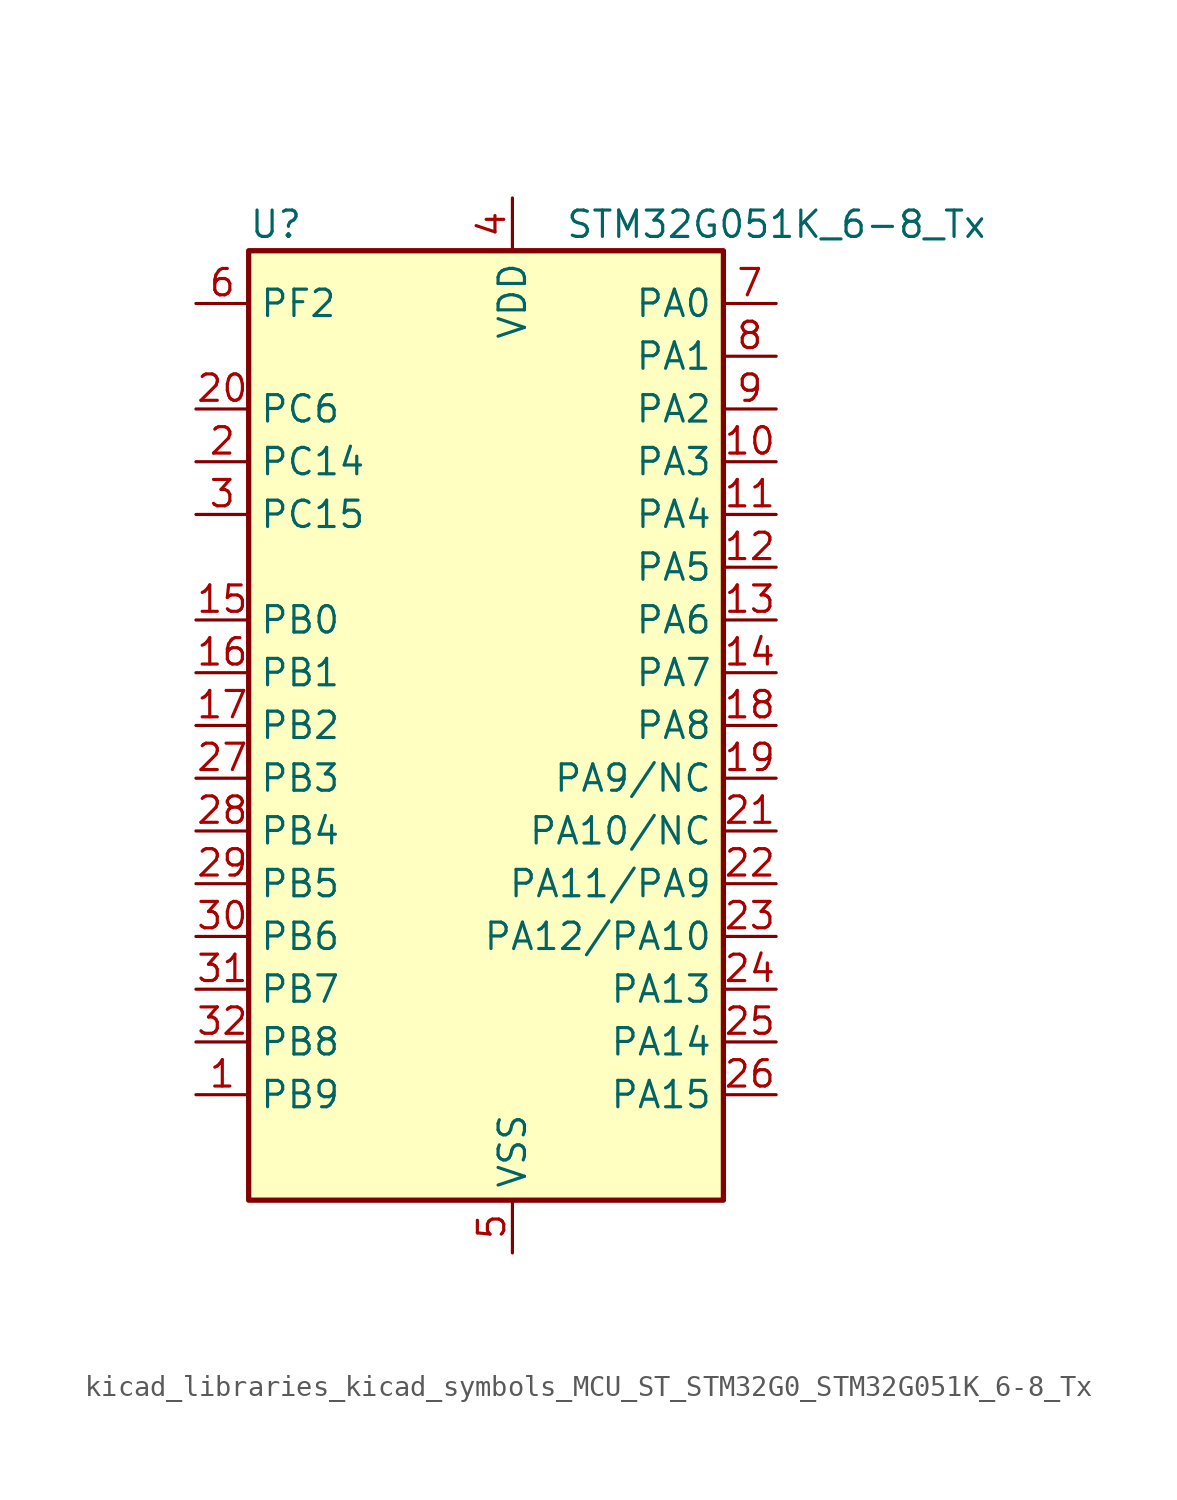
<source format=kicad_sym>
(kicad_symbol_lib
  (version 20220914)
  (generator kicad_symbol_editor)
  (symbol "kicad_libraries_kicad_symbols_MCU_ST_STM32G0_STM32G051K_6-8_Tx"
    (property "Reference" "U"
      (at -10.16 24.13 0)
      (effects (font (size 1.27 1.27)) (justify left)))
    (property "Value" "STM32G051K_6-8_Tx"
      (at 5.08 24.13 0)
      (effects (font (size 1.27 1.27)) (justify left)))
    (property "ki_locked" ""
      (at 0 0 0)
      (effects (font (size 1.27 1.27))))
    (symbol "kicad_libraries_kicad_symbols_MCU_ST_STM32G0_STM32G051K_6-8_Tx_0_1"
      (rectangle (start -10.16 -22.86) (end 12.7 22.86) (stroke (width 0.254) (type default)) (fill (type background))))
    (symbol "kicad_libraries_kicad_symbols_MCU_ST_STM32G0_STM32G051K_6-8_Tx_1_1"
      (pin bidirectional line (at -12.7 -17.78 0) (length 2.54) (name "PB9" (effects (font (size 1.27 1.27)))) (number "1" (effects (font (size 1.27 1.27)))) (alternate "DAC1_EXTI9" bidirectional line) (alternate "I2C1_SDA" bidirectional line) (alternate "IR_OUT" bidirectional line) (alternate "SPI2_NSS" bidirectional line) (alternate "TIM17_CH1" bidirectional line))
      (pin bidirectional line (at 15.24 12.7 180) (length 2.54) (name "PA3" (effects (font (size 1.27 1.27)))) (number "10" (effects (font (size 1.27 1.27)))) (alternate "ADC1_IN3" bidirectional line) (alternate "COMP2_INP" bidirectional line) (alternate "LPUART1_RX" bidirectional line) (alternate "SPI2_MISO" bidirectional line) (alternate "TIM15_CH2" bidirectional line) (alternate "TIM2_CH4" bidirectional line) (alternate "USART2_RX" bidirectional line))
      (pin bidirectional line (at 15.24 10.16 180) (length 2.54) (name "PA4" (effects (font (size 1.27 1.27)))) (number "11" (effects (font (size 1.27 1.27)))) (alternate "ADC1_IN4" bidirectional line) (alternate "DAC1_OUT1" bidirectional line) (alternate "I2S1_WS" bidirectional line) (alternate "LPTIM2_OUT" bidirectional line) (alternate "RTC_OUT1" bidirectional line) (alternate "RTC_TAMP_IN1" bidirectional line) (alternate "RTC_TS" bidirectional line) (alternate "SPI1_NSS" bidirectional line) (alternate "SPI2_MOSI" bidirectional line) (alternate "SYS_WKUP2" bidirectional line) (alternate "TIM14_CH1" bidirectional line))
      (pin bidirectional line (at 15.24 7.62 180) (length 2.54) (name "PA5" (effects (font (size 1.27 1.27)))) (number "12" (effects (font (size 1.27 1.27)))) (alternate "ADC1_IN5" bidirectional line) (alternate "DAC1_OUT2" bidirectional line) (alternate "I2S1_CK" bidirectional line) (alternate "LPTIM2_ETR" bidirectional line) (alternate "SPI1_SCK" bidirectional line) (alternate "TIM2_CH1" bidirectional line) (alternate "TIM2_ETR" bidirectional line))
      (pin bidirectional line (at 15.24 5.08 180) (length 2.54) (name "PA6" (effects (font (size 1.27 1.27)))) (number "13" (effects (font (size 1.27 1.27)))) (alternate "ADC1_IN6" bidirectional line) (alternate "COMP1_OUT" bidirectional line) (alternate "I2S1_MCK" bidirectional line) (alternate "LPUART1_CTS" bidirectional line) (alternate "SPI1_MISO" bidirectional line) (alternate "TIM16_CH1" bidirectional line) (alternate "TIM1_BK" bidirectional line) (alternate "TIM3_CH1" bidirectional line))
      (pin bidirectional line (at 15.24 2.54 180) (length 2.54) (name "PA7" (effects (font (size 1.27 1.27)))) (number "14" (effects (font (size 1.27 1.27)))) (alternate "ADC1_IN7" bidirectional line) (alternate "COMP2_OUT" bidirectional line) (alternate "I2S1_SD" bidirectional line) (alternate "SPI1_MOSI" bidirectional line) (alternate "TIM14_CH1" bidirectional line) (alternate "TIM17_CH1" bidirectional line) (alternate "TIM1_CH1N" bidirectional line) (alternate "TIM3_CH2" bidirectional line))
      (pin bidirectional line (at -12.7 5.08 0) (length 2.54) (name "PB0" (effects (font (size 1.27 1.27)))) (number "15" (effects (font (size 1.27 1.27)))) (alternate "ADC1_IN8" bidirectional line) (alternate "COMP1_OUT" bidirectional line) (alternate "I2S1_WS" bidirectional line) (alternate "LPTIM1_OUT" bidirectional line) (alternate "SPI1_NSS" bidirectional line) (alternate "TIM1_CH2N" bidirectional line) (alternate "TIM3_CH3" bidirectional line))
      (pin bidirectional line (at -12.7 2.54 0) (length 2.54) (name "PB1" (effects (font (size 1.27 1.27)))) (number "16" (effects (font (size 1.27 1.27)))) (alternate "ADC1_IN9" bidirectional line) (alternate "COMP1_INM" bidirectional line) (alternate "LPTIM2_IN1" bidirectional line) (alternate "LPUART1_DE" bidirectional line) (alternate "LPUART1_RTS" bidirectional line) (alternate "TIM14_CH1" bidirectional line) (alternate "TIM1_CH3N" bidirectional line) (alternate "TIM3_CH4" bidirectional line))
      (pin bidirectional line (at -12.7 0 0) (length 2.54) (name "PB2" (effects (font (size 1.27 1.27)))) (number "17" (effects (font (size 1.27 1.27)))) (alternate "ADC1_IN10" bidirectional line) (alternate "COMP1_INP" bidirectional line) (alternate "LPTIM1_OUT" bidirectional line) (alternate "SPI2_MISO" bidirectional line))
      (pin bidirectional line (at 15.24 0 180) (length 2.54) (name "PA8" (effects (font (size 1.27 1.27)))) (number "18" (effects (font (size 1.27 1.27)))) (alternate "LPTIM2_OUT" bidirectional line) (alternate "RCC_MCO" bidirectional line) (alternate "SPI2_NSS" bidirectional line) (alternate "TIM1_CH1" bidirectional line))
      (pin bidirectional line (at 15.24 -2.54 180) (length 2.54) (name "PA9/NC" (effects (font (size 1.27 1.27)))) (number "19" (effects (font (size 1.27 1.27)))) (alternate "DAC1_EXTI9" bidirectional line) (alternate "I2C1_SCL" bidirectional line) (alternate "RCC_MCO" bidirectional line) (alternate "SPI2_MISO" bidirectional line) (alternate "TIM15_BK" bidirectional line) (alternate "TIM1_CH2" bidirectional line) (alternate "USART1_TX" bidirectional line))
      (pin bidirectional line (at -12.7 12.7 0) (length 2.54) (name "PC14" (effects (font (size 1.27 1.27)))) (number "2" (effects (font (size 1.27 1.27)))) (alternate "RCC_OSC32_IN" bidirectional line) (alternate "RCC_OSC_IN" bidirectional line) (alternate "TIM1_BK2" bidirectional line))
      (pin bidirectional line (at -12.7 15.24 0) (length 2.54) (name "PC6" (effects (font (size 1.27 1.27)))) (number "20" (effects (font (size 1.27 1.27)))) (alternate "TIM2_CH3" bidirectional line) (alternate "TIM3_CH1" bidirectional line))
      (pin bidirectional line (at 15.24 -5.08 180) (length 2.54) (name "PA10/NC" (effects (font (size 1.27 1.27)))) (number "21" (effects (font (size 1.27 1.27)))) (alternate "I2C1_SDA" bidirectional line) (alternate "SPI2_MOSI" bidirectional line) (alternate "TIM17_BK" bidirectional line) (alternate "TIM1_CH3" bidirectional line) (alternate "USART1_RX" bidirectional line))
      (pin bidirectional line (at 15.24 -7.62 180) (length 2.54) (name "PA11/PA9" (effects (font (size 1.27 1.27)))) (number "22" (effects (font (size 1.27 1.27)))) (alternate "ADC1_EXTI11" bidirectional line) (alternate "ADC1_IN15" bidirectional line) (alternate "COMP1_OUT" bidirectional line) (alternate "I2C2_SCL" bidirectional line) (alternate "I2S1_MCK" bidirectional line) (alternate "SPI1_MISO" bidirectional line) (alternate "TIM1_BK2" bidirectional line) (alternate "TIM1_CH4" bidirectional line) (alternate "USART1_CTS" bidirectional line) (alternate "USART1_NSS" bidirectional line))
      (pin bidirectional line (at 15.24 -10.16 180) (length 2.54) (name "PA12/PA10" (effects (font (size 1.27 1.27)))) (number "23" (effects (font (size 1.27 1.27)))) (alternate "ADC1_IN16" bidirectional line) (alternate "COMP2_OUT" bidirectional line) (alternate "I2C2_SDA" bidirectional line) (alternate "I2S1_SD" bidirectional line) (alternate "I2S_CKIN" bidirectional line) (alternate "SPI1_MOSI" bidirectional line) (alternate "TIM1_ETR" bidirectional line) (alternate "USART1_CK" bidirectional line) (alternate "USART1_DE" bidirectional line) (alternate "USART1_RTS" bidirectional line))
      (pin bidirectional line (at 15.24 -12.7 180) (length 2.54) (name "PA13" (effects (font (size 1.27 1.27)))) (number "24" (effects (font (size 1.27 1.27)))) (alternate "ADC1_IN17" bidirectional line) (alternate "IR_OUT" bidirectional line) (alternate "SYS_SWDIO" bidirectional line))
      (pin bidirectional line (at 15.24 -15.24 180) (length 2.54) (name "PA14" (effects (font (size 1.27 1.27)))) (number "25" (effects (font (size 1.27 1.27)))) (alternate "ADC1_IN18" bidirectional line) (alternate "SYS_SWCLK" bidirectional line) (alternate "USART2_TX" bidirectional line))
      (pin bidirectional line (at 15.24 -17.78 180) (length 2.54) (name "PA15" (effects (font (size 1.27 1.27)))) (number "26" (effects (font (size 1.27 1.27)))) (alternate "I2S1_WS" bidirectional line) (alternate "SPI1_NSS" bidirectional line) (alternate "TIM2_CH1" bidirectional line) (alternate "TIM2_ETR" bidirectional line) (alternate "USART2_RX" bidirectional line))
      (pin bidirectional line (at -12.7 -2.54 0) (length 2.54) (name "PB3" (effects (font (size 1.27 1.27)))) (number "27" (effects (font (size 1.27 1.27)))) (alternate "COMP2_INM" bidirectional line) (alternate "I2S1_CK" bidirectional line) (alternate "SPI1_SCK" bidirectional line) (alternate "TIM1_CH2" bidirectional line) (alternate "TIM2_CH2" bidirectional line) (alternate "USART1_CK" bidirectional line) (alternate "USART1_DE" bidirectional line) (alternate "USART1_RTS" bidirectional line))
      (pin bidirectional line (at -12.7 -5.08 0) (length 2.54) (name "PB4" (effects (font (size 1.27 1.27)))) (number "28" (effects (font (size 1.27 1.27)))) (alternate "COMP2_INP" bidirectional line) (alternate "I2S1_MCK" bidirectional line) (alternate "SPI1_MISO" bidirectional line) (alternate "TIM17_BK" bidirectional line) (alternate "TIM3_CH1" bidirectional line) (alternate "USART1_CTS" bidirectional line) (alternate "USART1_NSS" bidirectional line))
      (pin bidirectional line (at -12.7 -7.62 0) (length 2.54) (name "PB5" (effects (font (size 1.27 1.27)))) (number "29" (effects (font (size 1.27 1.27)))) (alternate "COMP2_OUT" bidirectional line) (alternate "I2C1_SMBA" bidirectional line) (alternate "I2S1_SD" bidirectional line) (alternate "LPTIM1_IN1" bidirectional line) (alternate "SPI1_MOSI" bidirectional line) (alternate "SYS_WKUP6" bidirectional line) (alternate "TIM16_BK" bidirectional line) (alternate "TIM3_CH2" bidirectional line))
      (pin bidirectional line (at -12.7 10.16 0) (length 2.54) (name "PC15" (effects (font (size 1.27 1.27)))) (number "3" (effects (font (size 1.27 1.27)))) (alternate "RCC_OSC32_EN" bidirectional line) (alternate "RCC_OSC32_OUT" bidirectional line) (alternate "RCC_OSC_EN" bidirectional line) (alternate "TIM15_BK" bidirectional line))
      (pin bidirectional line (at -12.7 -10.16 0) (length 2.54) (name "PB6" (effects (font (size 1.27 1.27)))) (number "30" (effects (font (size 1.27 1.27)))) (alternate "COMP2_INP" bidirectional line) (alternate "I2C1_SCL" bidirectional line) (alternate "LPTIM1_ETR" bidirectional line) (alternate "SPI2_MISO" bidirectional line) (alternate "TIM16_CH1N" bidirectional line) (alternate "TIM1_CH3" bidirectional line) (alternate "USART1_TX" bidirectional line))
      (pin bidirectional line (at -12.7 -12.7 0) (length 2.54) (name "PB7" (effects (font (size 1.27 1.27)))) (number "31" (effects (font (size 1.27 1.27)))) (alternate "ADC1_IN11" bidirectional line) (alternate "COMP2_INM" bidirectional line) (alternate "I2C1_SDA" bidirectional line) (alternate "LPTIM1_IN2" bidirectional line) (alternate "SPI2_MOSI" bidirectional line) (alternate "SYS_PVD_IN" bidirectional line) (alternate "TIM17_CH1N" bidirectional line) (alternate "USART1_RX" bidirectional line))
      (pin bidirectional line (at -12.7 -15.24 0) (length 2.54) (name "PB8" (effects (font (size 1.27 1.27)))) (number "32" (effects (font (size 1.27 1.27)))) (alternate "I2C1_SCL" bidirectional line) (alternate "SPI2_SCK" bidirectional line) (alternate "TIM15_BK" bidirectional line) (alternate "TIM16_CH1" bidirectional line))
      (pin power_in line (at 2.54 25.4 270) (length 2.54) (name "VDD" (effects (font (size 1.27 1.27)))) (number "4" (effects (font (size 1.27 1.27)))))
      (pin power_in line (at 2.54 -25.4 90) (length 2.54) (name "VSS" (effects (font (size 1.27 1.27)))) (number "5" (effects (font (size 1.27 1.27)))))
      (pin bidirectional line (at -12.7 20.32 0) (length 2.54) (name "PF2" (effects (font (size 1.27 1.27)))) (number "6" (effects (font (size 1.27 1.27)))) (alternate "RCC_MCO" bidirectional line))
      (pin bidirectional line (at 15.24 20.32 180) (length 2.54) (name "PA0" (effects (font (size 1.27 1.27)))) (number "7" (effects (font (size 1.27 1.27)))) (alternate "ADC1_IN0" bidirectional line) (alternate "COMP1_INM" bidirectional line) (alternate "COMP1_OUT" bidirectional line) (alternate "LPTIM1_OUT" bidirectional line) (alternate "RTC_TAMP_IN2" bidirectional line) (alternate "SPI2_SCK" bidirectional line) (alternate "SYS_WKUP1" bidirectional line) (alternate "TIM2_CH1" bidirectional line) (alternate "TIM2_ETR" bidirectional line) (alternate "USART2_CTS" bidirectional line) (alternate "USART2_NSS" bidirectional line))
      (pin bidirectional line (at 15.24 17.78 180) (length 2.54) (name "PA1" (effects (font (size 1.27 1.27)))) (number "8" (effects (font (size 1.27 1.27)))) (alternate "ADC1_IN1" bidirectional line) (alternate "COMP1_INP" bidirectional line) (alternate "I2C1_SMBA" bidirectional line) (alternate "I2S1_CK" bidirectional line) (alternate "SPI1_SCK" bidirectional line) (alternate "TIM15_CH1N" bidirectional line) (alternate "TIM2_CH2" bidirectional line) (alternate "USART2_CK" bidirectional line) (alternate "USART2_DE" bidirectional line) (alternate "USART2_RTS" bidirectional line))
      (pin bidirectional line (at 15.24 15.24 180) (length 2.54) (name "PA2" (effects (font (size 1.27 1.27)))) (number "9" (effects (font (size 1.27 1.27)))) (alternate "ADC1_IN2" bidirectional line) (alternate "COMP2_INM" bidirectional line) (alternate "COMP2_OUT" bidirectional line) (alternate "I2S1_SD" bidirectional line) (alternate "LPUART1_TX" bidirectional line) (alternate "RCC_LSCO" bidirectional line) (alternate "SPI1_MOSI" bidirectional line) (alternate "SYS_WKUP4" bidirectional line) (alternate "TIM15_CH1" bidirectional line) (alternate "TIM2_CH3" bidirectional line) (alternate "USART2_TX" bidirectional line)))))
</source>
